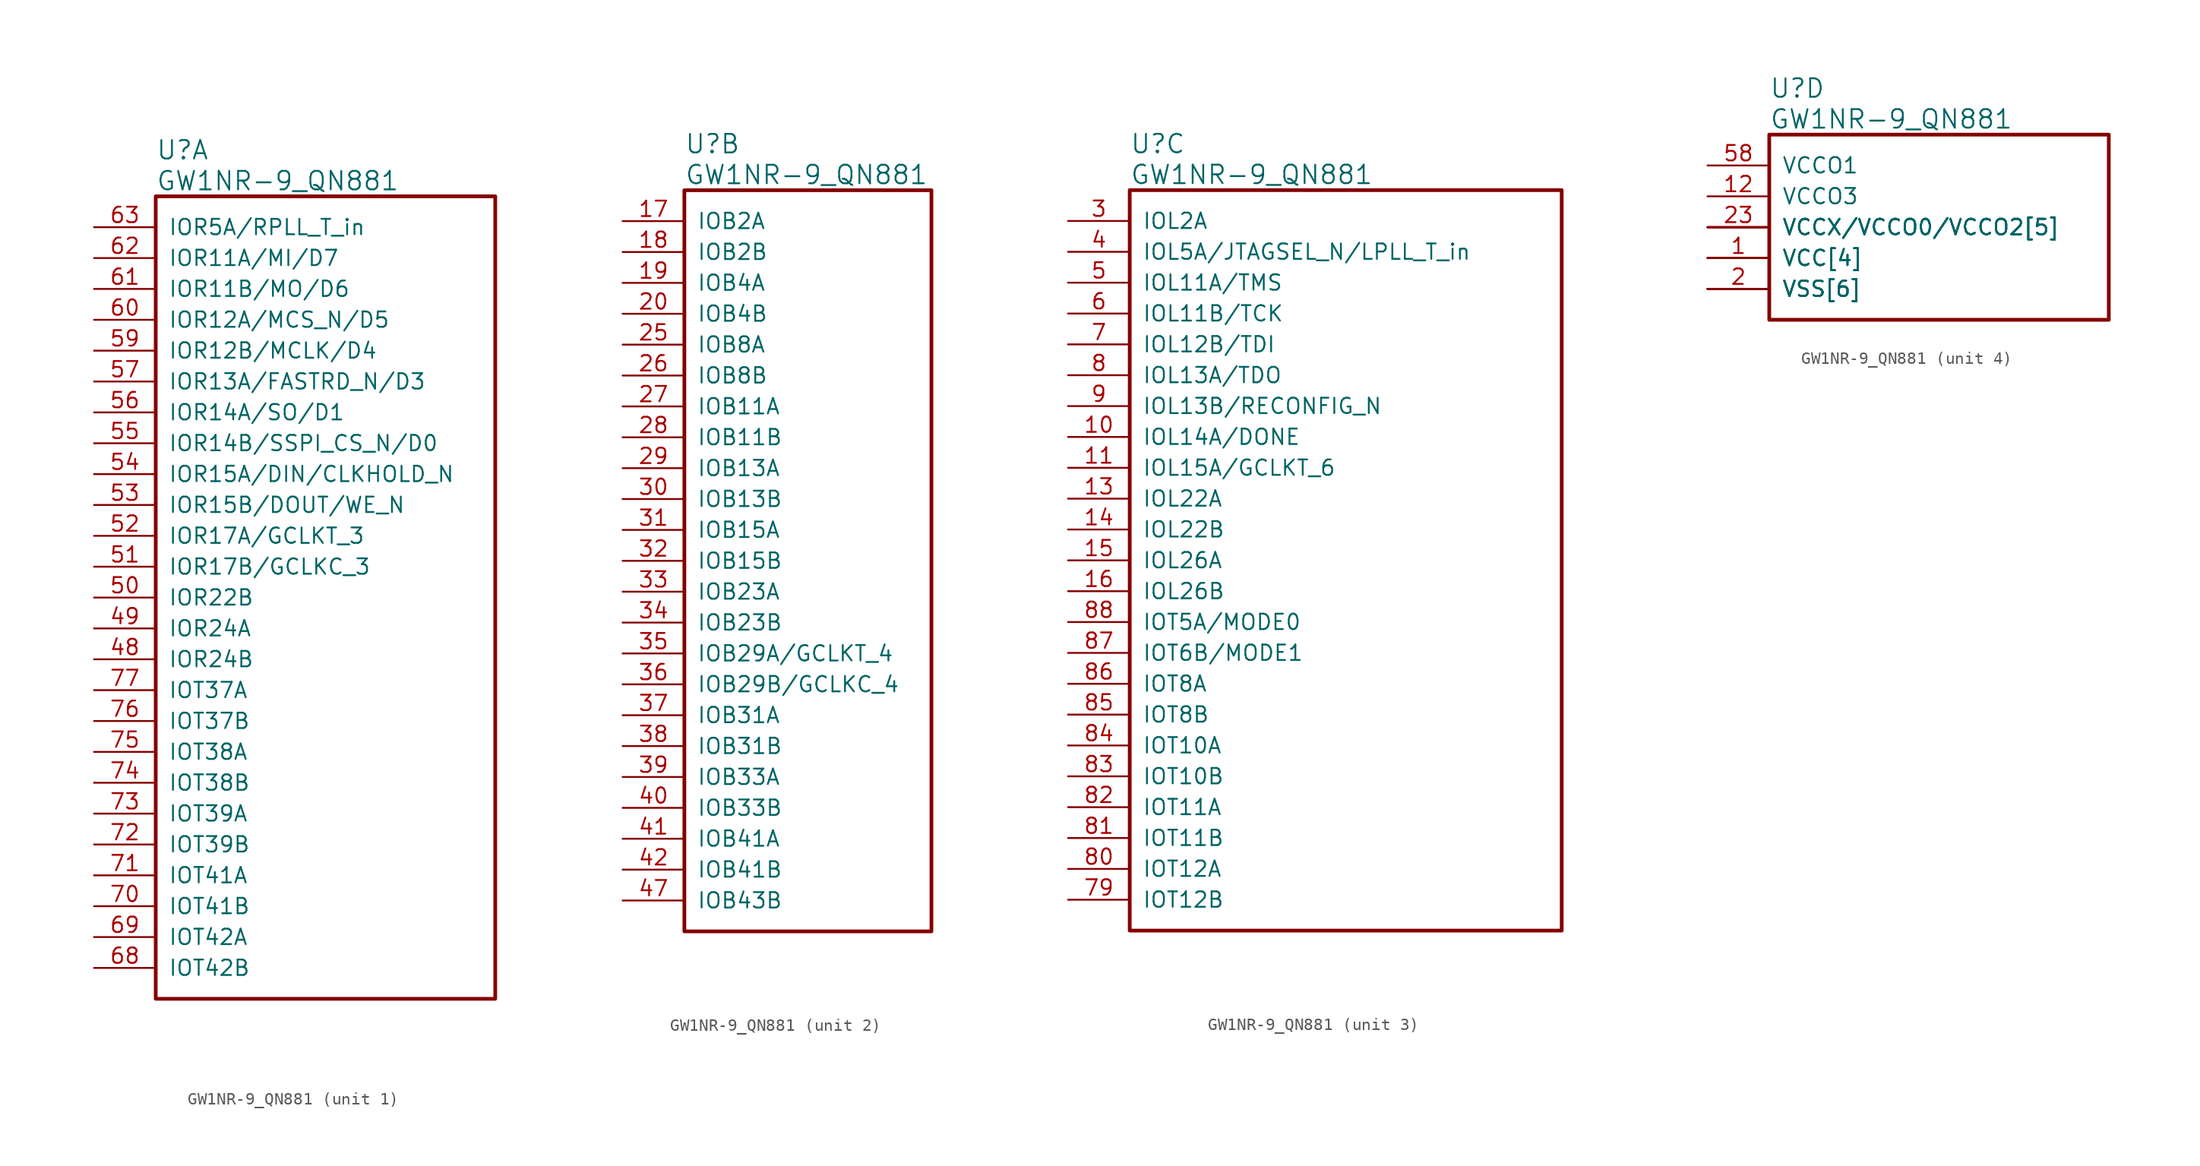
<source format=kicad_sym>
(kicad_symbol_lib
  (version 20241209)
  (generator "kicad_symbol_editor")
  (generator_version "9.0")
  (symbol "GW1NR-9_QN881"
    (pin_names
      (offset 1.016))
    (property "Reference" "U"
      (at 5.08 6.35 0)
      (effects (font (size 1.524 1.524)) (justify left)))
    (property "Value" "GW1NR-9_QN881"
      (at 5.08 3.81 0)
      (effects (font (size 1.524 1.524)) (justify left)))
    (property "ki_locked" ""
      (at 0 0 0)
      (effects (font (size 1.27 1.27))))
    (symbol "GW1NR-9_QN881_1_1"
      (rectangle (start 5.08 2.54) (end 33.02 -63.5) (stroke (width 0.305) (type solid)) (fill (type none)))
      (pin bidirectional line (at 0 0 0) (length 5.08) (name "IOR5A/RPLL_T_in" (effects (font (size 1.27 1.27)))) (number "63" (effects (font (size 1.27 1.27)))))
      (pin bidirectional line (at 0 -2.54 0) (length 5.08) (name "IOR11A/MI/D7" (effects (font (size 1.27 1.27)))) (number "62" (effects (font (size 1.27 1.27)))))
      (pin bidirectional line (at 0 -5.08 0) (length 5.08) (name "IOR11B/MO/D6" (effects (font (size 1.27 1.27)))) (number "61" (effects (font (size 1.27 1.27)))))
      (pin bidirectional line (at 0 -7.62 0) (length 5.08) (name "IOR12A/MCS_N/D5" (effects (font (size 1.27 1.27)))) (number "60" (effects (font (size 1.27 1.27)))))
      (pin bidirectional line (at 0 -10.16 0) (length 5.08) (name "IOR12B/MCLK/D4" (effects (font (size 1.27 1.27)))) (number "59" (effects (font (size 1.27 1.27)))))
      (pin bidirectional line (at 0 -12.7 0) (length 5.08) (name "IOR13A/FASTRD_N/D3" (effects (font (size 1.27 1.27)))) (number "57" (effects (font (size 1.27 1.27)))))
      (pin bidirectional line (at 0 -15.24 0) (length 5.08) (name "IOR14A/SO/D1" (effects (font (size 1.27 1.27)))) (number "56" (effects (font (size 1.27 1.27)))))
      (pin bidirectional line (at 0 -17.78 0) (length 5.08) (name "IOR14B/SSPI_CS_N/D0" (effects (font (size 1.27 1.27)))) (number "55" (effects (font (size 1.27 1.27)))))
      (pin bidirectional line (at 0 -20.32 0) (length 5.08) (name "IOR15A/DIN/CLKHOLD_N" (effects (font (size 1.27 1.27)))) (number "54" (effects (font (size 1.27 1.27)))))
      (pin bidirectional line (at 0 -22.86 0) (length 5.08) (name "IOR15B/DOUT/WE_N" (effects (font (size 1.27 1.27)))) (number "53" (effects (font (size 1.27 1.27)))))
      (pin bidirectional line (at 0 -25.4 0) (length 5.08) (name "IOR17A/GCLKT_3" (effects (font (size 1.27 1.27)))) (number "52" (effects (font (size 1.27 1.27)))))
      (pin bidirectional line (at 0 -27.94 0) (length 5.08) (name "IOR17B/GCLKC_3" (effects (font (size 1.27 1.27)))) (number "51" (effects (font (size 1.27 1.27)))))
      (pin bidirectional line (at 0 -30.48 0) (length 5.08) (name "IOR22B" (effects (font (size 1.27 1.27)))) (number "50" (effects (font (size 1.27 1.27)))))
      (pin bidirectional line (at 0 -33.02 0) (length 5.08) (name "IOR24A" (effects (font (size 1.27 1.27)))) (number "49" (effects (font (size 1.27 1.27)))))
      (pin bidirectional line (at 0 -35.56 0) (length 5.08) (name "IOR24B" (effects (font (size 1.27 1.27)))) (number "48" (effects (font (size 1.27 1.27)))))
      (pin bidirectional line (at 0 -38.1 0) (length 5.08) (name "IOT37A" (effects (font (size 1.27 1.27)))) (number "77" (effects (font (size 1.27 1.27)))))
      (pin bidirectional line (at 0 -40.64 0) (length 5.08) (name "IOT37B" (effects (font (size 1.27 1.27)))) (number "76" (effects (font (size 1.27 1.27)))))
      (pin bidirectional line (at 0 -43.18 0) (length 5.08) (name "IOT38A" (effects (font (size 1.27 1.27)))) (number "75" (effects (font (size 1.27 1.27)))))
      (pin bidirectional line (at 0 -45.72 0) (length 5.08) (name "IOT38B" (effects (font (size 1.27 1.27)))) (number "74" (effects (font (size 1.27 1.27)))))
      (pin bidirectional line (at 0 -48.26 0) (length 5.08) (name "IOT39A" (effects (font (size 1.27 1.27)))) (number "73" (effects (font (size 1.27 1.27)))))
      (pin bidirectional line (at 0 -50.8 0) (length 5.08) (name "IOT39B" (effects (font (size 1.27 1.27)))) (number "72" (effects (font (size 1.27 1.27)))))
      (pin bidirectional line (at 0 -53.34 0) (length 5.08) (name "IOT41A" (effects (font (size 1.27 1.27)))) (number "71" (effects (font (size 1.27 1.27)))))
      (pin bidirectional line (at 0 -55.88 0) (length 5.08) (name "IOT41B" (effects (font (size 1.27 1.27)))) (number "70" (effects (font (size 1.27 1.27)))))
      (pin bidirectional line (at 0 -58.42 0) (length 5.08) (name "IOT42A" (effects (font (size 1.27 1.27)))) (number "69" (effects (font (size 1.27 1.27)))))
      (pin bidirectional line (at 0 -60.96 0) (length 5.08) (name "IOT42B" (effects (font (size 1.27 1.27)))) (number "68" (effects (font (size 1.27 1.27))))))
    (symbol "GW1NR-9_QN881_2_1"
      (rectangle (start 5.08 2.54) (end 25.4 -58.42) (stroke (width 0.305) (type solid)) (fill (type none)))
      (pin bidirectional line (at 0 0 0) (length 5.08) (name "IOB2A" (effects (font (size 1.27 1.27)))) (number "17" (effects (font (size 1.27 1.27)))))
      (pin bidirectional line (at 0 -2.54 0) (length 5.08) (name "IOB2B" (effects (font (size 1.27 1.27)))) (number "18" (effects (font (size 1.27 1.27)))))
      (pin bidirectional line (at 0 -5.08 0) (length 5.08) (name "IOB4A" (effects (font (size 1.27 1.27)))) (number "19" (effects (font (size 1.27 1.27)))))
      (pin bidirectional line (at 0 -7.62 0) (length 5.08) (name "IOB4B" (effects (font (size 1.27 1.27)))) (number "20" (effects (font (size 1.27 1.27)))))
      (pin bidirectional line (at 0 -10.16 0) (length 5.08) (name "IOB8A" (effects (font (size 1.27 1.27)))) (number "25" (effects (font (size 1.27 1.27)))))
      (pin bidirectional line (at 0 -12.7 0) (length 5.08) (name "IOB8B" (effects (font (size 1.27 1.27)))) (number "26" (effects (font (size 1.27 1.27)))))
      (pin bidirectional line (at 0 -15.24 0) (length 5.08) (name "IOB11A" (effects (font (size 1.27 1.27)))) (number "27" (effects (font (size 1.27 1.27)))))
      (pin bidirectional line (at 0 -17.78 0) (length 5.08) (name "IOB11B" (effects (font (size 1.27 1.27)))) (number "28" (effects (font (size 1.27 1.27)))))
      (pin bidirectional line (at 0 -20.32 0) (length 5.08) (name "IOB13A" (effects (font (size 1.27 1.27)))) (number "29" (effects (font (size 1.27 1.27)))))
      (pin bidirectional line (at 0 -22.86 0) (length 5.08) (name "IOB13B" (effects (font (size 1.27 1.27)))) (number "30" (effects (font (size 1.27 1.27)))))
      (pin bidirectional line (at 0 -25.4 0) (length 5.08) (name "IOB15A" (effects (font (size 1.27 1.27)))) (number "31" (effects (font (size 1.27 1.27)))))
      (pin bidirectional line (at 0 -27.94 0) (length 5.08) (name "IOB15B" (effects (font (size 1.27 1.27)))) (number "32" (effects (font (size 1.27 1.27)))))
      (pin bidirectional line (at 0 -30.48 0) (length 5.08) (name "IOB23A" (effects (font (size 1.27 1.27)))) (number "33" (effects (font (size 1.27 1.27)))))
      (pin bidirectional line (at 0 -33.02 0) (length 5.08) (name "IOB23B" (effects (font (size 1.27 1.27)))) (number "34" (effects (font (size 1.27 1.27)))))
      (pin bidirectional line (at 0 -35.56 0) (length 5.08) (name "IOB29A/GCLKT_4" (effects (font (size 1.27 1.27)))) (number "35" (effects (font (size 1.27 1.27)))))
      (pin bidirectional line (at 0 -38.1 0) (length 5.08) (name "IOB29B/GCLKC_4" (effects (font (size 1.27 1.27)))) (number "36" (effects (font (size 1.27 1.27)))))
      (pin bidirectional line (at 0 -40.64 0) (length 5.08) (name "IOB31A" (effects (font (size 1.27 1.27)))) (number "37" (effects (font (size 1.27 1.27)))))
      (pin bidirectional line (at 0 -43.18 0) (length 5.08) (name "IOB31B" (effects (font (size 1.27 1.27)))) (number "38" (effects (font (size 1.27 1.27)))))
      (pin bidirectional line (at 0 -45.72 0) (length 5.08) (name "IOB33A" (effects (font (size 1.27 1.27)))) (number "39" (effects (font (size 1.27 1.27)))))
      (pin bidirectional line (at 0 -48.26 0) (length 5.08) (name "IOB33B" (effects (font (size 1.27 1.27)))) (number "40" (effects (font (size 1.27 1.27)))))
      (pin bidirectional line (at 0 -50.8 0) (length 5.08) (name "IOB41A" (effects (font (size 1.27 1.27)))) (number "41" (effects (font (size 1.27 1.27)))))
      (pin bidirectional line (at 0 -53.34 0) (length 5.08) (name "IOB41B" (effects (font (size 1.27 1.27)))) (number "42" (effects (font (size 1.27 1.27)))))
      (pin bidirectional line (at 0 -55.88 0) (length 5.08) (name "IOB43B" (effects (font (size 1.27 1.27)))) (number "47" (effects (font (size 1.27 1.27))))))
    (symbol "GW1NR-9_QN881_3_1"
      (rectangle (start 5.08 2.54) (end 40.64 -58.42) (stroke (width 0.305) (type solid)) (fill (type none)))
      (pin bidirectional line (at 0 0 0) (length 5.08) (name "IOL2A" (effects (font (size 1.27 1.27)))) (number "3" (effects (font (size 1.27 1.27)))))
      (pin bidirectional line (at 0 -2.54 0) (length 5.08) (name "IOL5A/JTAGSEL_N/LPLL_T_in" (effects (font (size 1.27 1.27)))) (number "4" (effects (font (size 1.27 1.27)))))
      (pin bidirectional line (at 0 -5.08 0) (length 5.08) (name "IOL11A/TMS" (effects (font (size 1.27 1.27)))) (number "5" (effects (font (size 1.27 1.27)))))
      (pin bidirectional line (at 0 -7.62 0) (length 5.08) (name "IOL11B/TCK" (effects (font (size 1.27 1.27)))) (number "6" (effects (font (size 1.27 1.27)))))
      (pin bidirectional line (at 0 -10.16 0) (length 5.08) (name "IOL12B/TDI" (effects (font (size 1.27 1.27)))) (number "7" (effects (font (size 1.27 1.27)))))
      (pin bidirectional line (at 0 -12.7 0) (length 5.08) (name "IOL13A/TDO" (effects (font (size 1.27 1.27)))) (number "8" (effects (font (size 1.27 1.27)))))
      (pin bidirectional line (at 0 -15.24 0) (length 5.08) (name "IOL13B/RECONFIG_N" (effects (font (size 1.27 1.27)))) (number "9" (effects (font (size 1.27 1.27)))))
      (pin bidirectional line (at 0 -17.78 0) (length 5.08) (name "IOL14A/DONE" (effects (font (size 1.27 1.27)))) (number "10" (effects (font (size 1.27 1.27)))))
      (pin bidirectional line (at 0 -20.32 0) (length 5.08) (name "IOL15A/GCLKT_6" (effects (font (size 1.27 1.27)))) (number "11" (effects (font (size 1.27 1.27)))))
      (pin bidirectional line (at 0 -22.86 0) (length 5.08) (name "IOL22A" (effects (font (size 1.27 1.27)))) (number "13" (effects (font (size 1.27 1.27)))))
      (pin bidirectional line (at 0 -25.4 0) (length 5.08) (name "IOL22B" (effects (font (size 1.27 1.27)))) (number "14" (effects (font (size 1.27 1.27)))))
      (pin bidirectional line (at 0 -27.94 0) (length 5.08) (name "IOL26A" (effects (font (size 1.27 1.27)))) (number "15" (effects (font (size 1.27 1.27)))))
      (pin bidirectional line (at 0 -30.48 0) (length 5.08) (name "IOL26B" (effects (font (size 1.27 1.27)))) (number "16" (effects (font (size 1.27 1.27)))))
      (pin bidirectional line (at 0 -33.02 0) (length 5.08) (name "IOT5A/MODE0" (effects (font (size 1.27 1.27)))) (number "88" (effects (font (size 1.27 1.27)))))
      (pin bidirectional line (at 0 -35.56 0) (length 5.08) (name "IOT6B/MODE1" (effects (font (size 1.27 1.27)))) (number "87" (effects (font (size 1.27 1.27)))))
      (pin bidirectional line (at 0 -38.1 0) (length 5.08) (name "IOT8A" (effects (font (size 1.27 1.27)))) (number "86" (effects (font (size 1.27 1.27)))))
      (pin bidirectional line (at 0 -40.64 0) (length 5.08) (name "IOT8B" (effects (font (size 1.27 1.27)))) (number "85" (effects (font (size 1.27 1.27)))))
      (pin bidirectional line (at 0 -43.18 0) (length 5.08) (name "IOT10A" (effects (font (size 1.27 1.27)))) (number "84" (effects (font (size 1.27 1.27)))))
      (pin bidirectional line (at 0 -45.72 0) (length 5.08) (name "IOT10B" (effects (font (size 1.27 1.27)))) (number "83" (effects (font (size 1.27 1.27)))))
      (pin bidirectional line (at 0 -48.26 0) (length 5.08) (name "IOT11A" (effects (font (size 1.27 1.27)))) (number "82" (effects (font (size 1.27 1.27)))))
      (pin bidirectional line (at 0 -50.8 0) (length 5.08) (name "IOT11B" (effects (font (size 1.27 1.27)))) (number "81" (effects (font (size 1.27 1.27)))))
      (pin bidirectional line (at 0 -53.34 0) (length 5.08) (name "IOT12A" (effects (font (size 1.27 1.27)))) (number "80" (effects (font (size 1.27 1.27)))))
      (pin bidirectional line (at 0 -55.88 0) (length 5.08) (name "IOT12B" (effects (font (size 1.27 1.27)))) (number "79" (effects (font (size 1.27 1.27))))))
    (symbol "GW1NR-9_QN881_4_1"
      (rectangle (start 5.08 2.54) (end 33.02 -12.7) (stroke (width 0.305) (type solid)) (fill (type none)))
      (pin power_in line (at 0 0 0) (length 5.08) (name "VCCO1" (effects (font (size 1.27 1.27)))) (number "58" (effects (font (size 1.27 1.27)))))
      (pin power_in line (at 0 -2.54 0) (length 5.08) (name "VCCO3" (effects (font (size 1.27 1.27)))) (number "12" (effects (font (size 1.27 1.27)))))
      (pin power_in line (at 0 -5.08 0) (length 5.08) (name "VCCX/VCCO0/VCCO2[5]" (effects (font (size 1.27 1.27)))) (number "23" (effects (font (size 1.27 1.27)))))
      (pin power_in line (at 0 -5.08 0) (length 5.08) (name "VCCX/VCCO0/VCCO2[5]" (effects (font (size 1.27 1.27)))) (number "44" (effects (font (size 0 0)))))
      (pin power_in line (at 0 -5.08 0) (length 5.08) (name "VCCX/VCCO0/VCCO2[5]" (effects (font (size 1.27 1.27)))) (number "64" (effects (font (size 0 0)))))
      (pin power_in line (at 0 -5.08 0) (length 5.08) (name "VCCX/VCCO0/VCCO2[5]" (effects (font (size 1.27 1.27)))) (number "67" (effects (font (size 0 0)))))
      (pin power_in line (at 0 -5.08 0) (length 5.08) (name "VCCX/VCCO0/VCCO2[5]" (effects (font (size 1.27 1.27)))) (number "78" (effects (font (size 0 0)))))
      (pin power_in line (at 0 -7.62 0) (length 5.08) (name "VCC[4]" (effects (font (size 1.27 1.27)))) (number "1" (effects (font (size 1.27 1.27)))))
      (pin power_in line (at 0 -7.62 0) (length 5.08) (name "VCC[4]" (effects (font (size 1.27 1.27)))) (number "22" (effects (font (size 0 0)))))
      (pin power_in line (at 0 -7.62 0) (length 5.08) (name "VCC[4]" (effects (font (size 1.27 1.27)))) (number "45" (effects (font (size 0 0)))))
      (pin power_in line (at 0 -7.62 0) (length 5.08) (name "VCC[4]" (effects (font (size 1.27 1.27)))) (number "66" (effects (font (size 0 0)))))
      (pin power_in line (at 0 -10.16 0) (length 5.08) (name "VSS[6]" (effects (font (size 1.27 1.27)))) (number "2" (effects (font (size 1.27 1.27)))))
      (pin power_in line (at 0 -10.16 0) (length 5.08) (name "VSS[6]" (effects (font (size 1.27 1.27)))) (number "21" (effects (font (size 0 0)))))
      (pin power_in line (at 0 -10.16 0) (length 5.08) (name "VSS[6]" (effects (font (size 1.27 1.27)))) (number "24" (effects (font (size 0 0)))))
      (pin power_in line (at 0 -10.16 0) (length 5.08) (name "VSS[6]" (effects (font (size 1.27 1.27)))) (number "43" (effects (font (size 0 0)))))
      (pin power_in line (at 0 -10.16 0) (length 5.08) (name "VSS[6]" (effects (font (size 1.27 1.27)))) (number "46" (effects (font (size 0 0)))))
      (pin power_in line (at 0 -10.16 0) (length 5.08) (name "VSS[6]" (effects (font (size 1.27 1.27)))) (number "65" (effects (font (size 0 0))))))))
</source>
